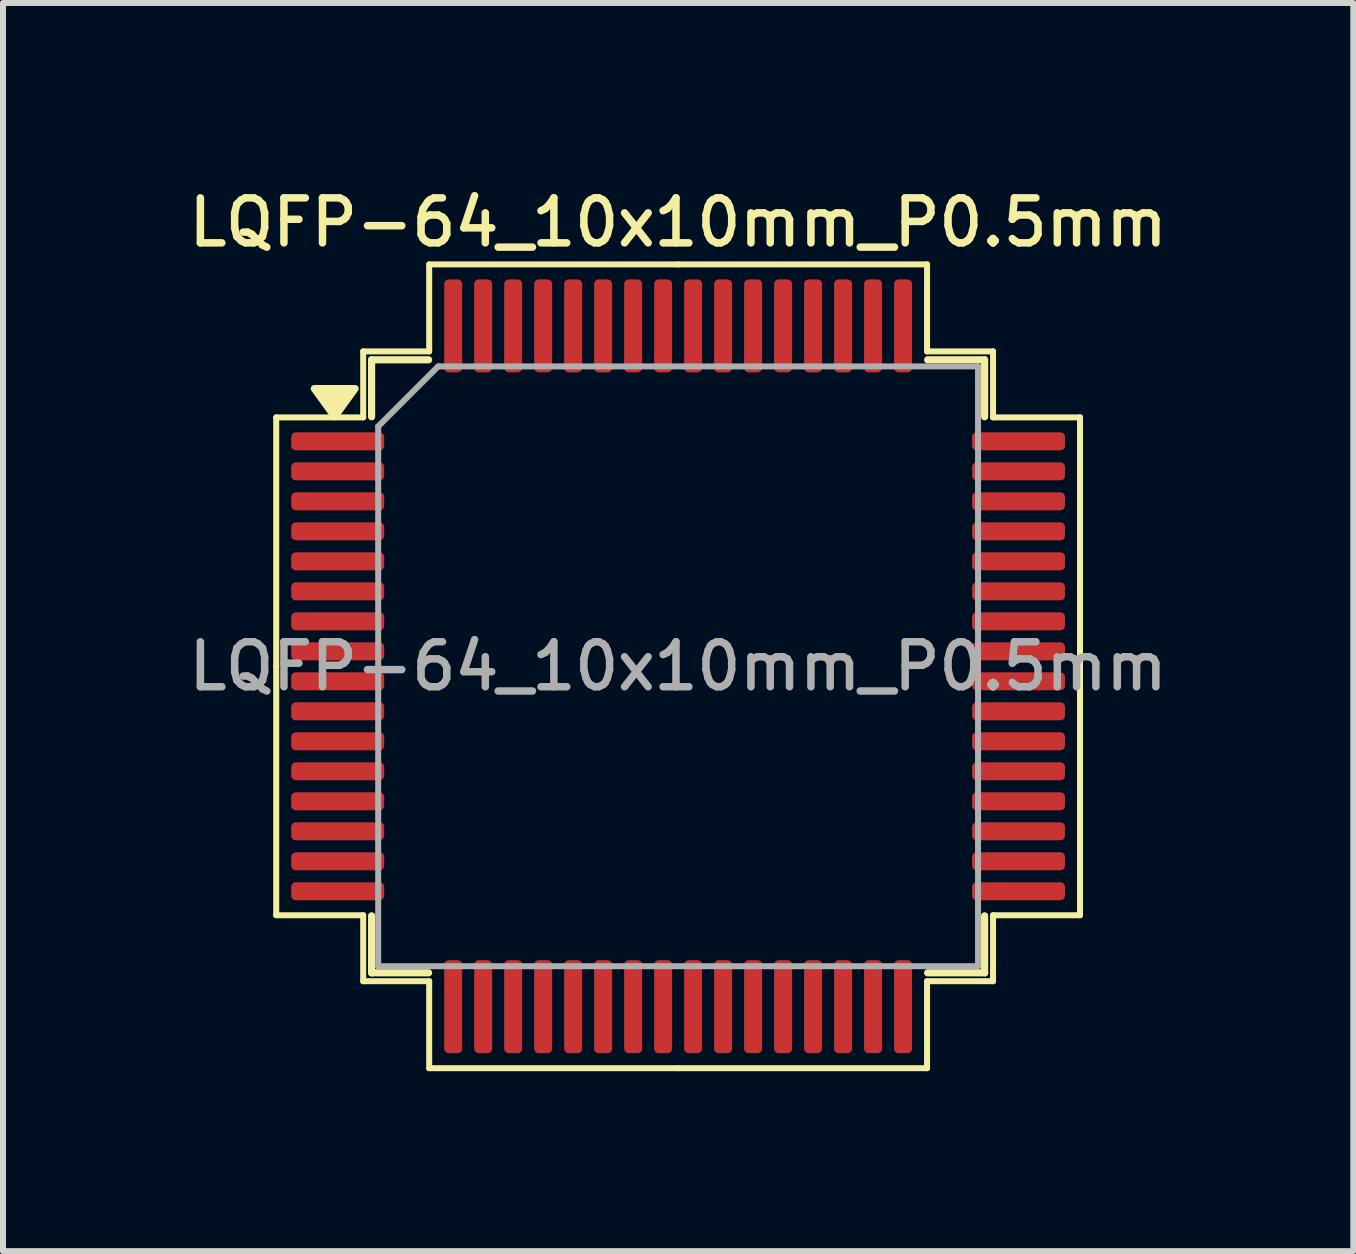
<source format=kicad_pcb>
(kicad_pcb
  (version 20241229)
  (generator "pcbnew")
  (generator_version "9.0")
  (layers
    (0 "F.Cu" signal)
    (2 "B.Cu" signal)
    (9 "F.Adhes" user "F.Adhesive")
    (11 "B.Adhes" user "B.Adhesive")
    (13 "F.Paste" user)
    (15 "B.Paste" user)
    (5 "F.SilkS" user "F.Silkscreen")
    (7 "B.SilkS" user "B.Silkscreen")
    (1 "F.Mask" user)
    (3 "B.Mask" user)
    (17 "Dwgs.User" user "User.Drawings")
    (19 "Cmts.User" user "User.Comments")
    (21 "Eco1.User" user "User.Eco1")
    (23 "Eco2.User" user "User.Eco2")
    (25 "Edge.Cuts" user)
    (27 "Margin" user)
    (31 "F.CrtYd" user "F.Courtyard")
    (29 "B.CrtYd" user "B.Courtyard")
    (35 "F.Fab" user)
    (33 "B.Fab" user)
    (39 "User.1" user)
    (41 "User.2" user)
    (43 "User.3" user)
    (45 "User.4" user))
  (footprint "LQFP-64_10x10mm_P0.5mm"
    (layer "F.Cu")
    (at 8.255 8.058)
    (property "Reference" "LQFP-64_10x10mm_P0.5mm" (at 0 -7.4 0) (layer "F.SilkS") (effects (font (size 0.75 0.75) (thickness 0.125))))
    (attr smd)
    (fp_line (start -6.7 -4.15) (end -6.7 0) (stroke (width 0.1) (type solid)) (layer "F.SilkS"))
    (fp_line (start -6.7 4.15) (end -6.7 0) (stroke (width 0.1) (type solid)) (layer "F.SilkS"))
    (fp_line (start -5.25 -5.25) (end -5.25 -4.15) (stroke (width 0.1) (type solid)) (layer "F.SilkS"))
    (fp_line (start -5.25 -4.15) (end -6.7 -4.15) (stroke (width 0.1) (type solid)) (layer "F.SilkS"))
    (fp_line (start -5.25 4.15) (end -6.7 4.15) (stroke (width 0.1) (type solid)) (layer "F.SilkS"))
    (fp_line (start -5.25 5.25) (end -5.25 4.15) (stroke (width 0.1) (type solid)) (layer "F.SilkS"))
    (fp_line (start -5.11 -5.11) (end -5.11 -4.16) (stroke (width 0.12) (type solid)) (layer "F.SilkS"))
    (fp_line (start -5.11 5.11) (end -5.11 4.16) (stroke (width 0.12) (type solid)) (layer "F.SilkS"))
    (fp_line (start -4.16 -5.11) (end -5.11 -5.11) (stroke (width 0.12) (type solid)) (layer "F.SilkS"))
    (fp_line (start -4.16 5.11) (end -5.11 5.11) (stroke (width 0.12) (type solid)) (layer "F.SilkS"))
    (fp_line (start -4.15 -6.7) (end -4.15 -5.25) (stroke (width 0.1) (type solid)) (layer "F.SilkS"))
    (fp_line (start -4.15 -5.25) (end -5.25 -5.25) (stroke (width 0.1) (type solid)) (layer "F.SilkS"))
    (fp_line (start -4.15 5.25) (end -5.25 5.25) (stroke (width 0.1) (type solid)) (layer "F.SilkS"))
    (fp_line (start -4.15 6.7) (end -4.15 5.25) (stroke (width 0.1) (type solid)) (layer "F.SilkS"))
    (fp_line (start 0 -6.7) (end -4.15 -6.7) (stroke (width 0.1) (type solid)) (layer "F.SilkS"))
    (fp_line (start 0 -6.7) (end 4.15 -6.7) (stroke (width 0.1) (type solid)) (layer "F.SilkS"))
    (fp_line (start 0 6.7) (end -4.15 6.7) (stroke (width 0.1) (type solid)) (layer "F.SilkS"))
    (fp_line (start 0 6.7) (end 4.15 6.7) (stroke (width 0.1) (type solid)) (layer "F.SilkS"))
    (fp_line (start 4.15 -6.7) (end 4.15 -5.25) (stroke (width 0.1) (type solid)) (layer "F.SilkS"))
    (fp_line (start 4.15 -5.25) (end 5.25 -5.25) (stroke (width 0.1) (type solid)) (layer "F.SilkS"))
    (fp_line (start 4.15 5.25) (end 5.25 5.25) (stroke (width 0.1) (type solid)) (layer "F.SilkS"))
    (fp_line (start 4.15 6.7) (end 4.15 5.25) (stroke (width 0.1) (type solid)) (layer "F.SilkS"))
    (fp_line (start 4.16 -5.11) (end 5.11 -5.11) (stroke (width 0.12) (type solid)) (layer "F.SilkS"))
    (fp_line (start 4.16 5.11) (end 5.11 5.11) (stroke (width 0.12) (type solid)) (layer "F.SilkS"))
    (fp_line (start 5.11 -5.11) (end 5.11 -4.16) (stroke (width 0.12) (type solid)) (layer "F.SilkS"))
    (fp_line (start 5.11 5.11) (end 5.11 4.16) (stroke (width 0.12) (type solid)) (layer "F.SilkS"))
    (fp_line (start 5.25 -5.25) (end 5.25 -4.15) (stroke (width 0.1) (type solid)) (layer "F.SilkS"))
    (fp_line (start 5.25 -4.15) (end 6.7 -4.15) (stroke (width 0.1) (type solid)) (layer "F.SilkS"))
    (fp_line (start 5.25 4.15) (end 6.7 4.15) (stroke (width 0.1) (type solid)) (layer "F.SilkS"))
    (fp_line (start 5.25 5.25) (end 5.25 4.15) (stroke (width 0.1) (type solid)) (layer "F.SilkS"))
    (fp_line (start 6.7 -4.15) (end 6.7 0) (stroke (width 0.1) (type solid)) (layer "F.SilkS"))
    (fp_line (start 6.7 4.15) (end 6.7 0) (stroke (width 0.1) (type solid)) (layer "F.SilkS"))
    (fp_poly (pts (xy -5.725 -4.16) (xy -6.065 -4.63) (xy -5.385 -4.63) (xy -5.725 -4.16)) (stroke (width 0.12) (type solid)) (fill yes) (layer "F.SilkS"))
    (fp_line (start -5 -4) (end -4 -5) (stroke (width 0.1) (type solid)) (layer "F.Fab"))
    (fp_line (start -5 5) (end -5 -4) (stroke (width 0.1) (type solid)) (layer "F.Fab"))
    (fp_line (start -4 -5) (end 5 -5) (stroke (width 0.1) (type solid)) (layer "F.Fab"))
    (fp_line (start 5 -5) (end 5 5) (stroke (width 0.1) (type solid)) (layer "F.Fab"))
    (fp_line (start 5 5) (end -5 5) (stroke (width 0.1) (type solid)) (layer "F.Fab"))
    (fp_text user "${REFERENCE}" (at 0 0 0) (layer "F.Fab") (effects (font (size 0.75 0.75) (thickness 0.125))))
    (pad "1" smd roundrect (at -5.675 -3.75) (size 1.55 0.3) (layers "F.Cu" "F.Mask" "F.Paste") (roundrect_rratio 0.25))
    (pad "2" smd roundrect (at -5.675 -3.25) (size 1.55 0.3) (layers "F.Cu" "F.Mask" "F.Paste") (roundrect_rratio 0.25))
    (pad "3" smd roundrect (at -5.675 -2.75) (size 1.55 0.3) (layers "F.Cu" "F.Mask" "F.Paste") (roundrect_rratio 0.25))
    (pad "4" smd roundrect (at -5.675 -2.25) (size 1.55 0.3) (layers "F.Cu" "F.Mask" "F.Paste") (roundrect_rratio 0.25))
    (pad "5" smd roundrect (at -5.675 -1.75) (size 1.55 0.3) (layers "F.Cu" "F.Mask" "F.Paste") (roundrect_rratio 0.25))
    (pad "6" smd roundrect (at -5.675 -1.25) (size 1.55 0.3) (layers "F.Cu" "F.Mask" "F.Paste") (roundrect_rratio 0.25))
    (pad "7" smd roundrect (at -5.675 -0.75) (size 1.55 0.3) (layers "F.Cu" "F.Mask" "F.Paste") (roundrect_rratio 0.25))
    (pad "8" smd roundrect (at -5.675 -0.25) (size 1.55 0.3) (layers "F.Cu" "F.Mask" "F.Paste") (roundrect_rratio 0.25))
    (pad "9" smd roundrect (at -5.675 0.25) (size 1.55 0.3) (layers "F.Cu" "F.Mask" "F.Paste") (roundrect_rratio 0.25))
    (pad "10" smd roundrect (at -5.675 0.75) (size 1.55 0.3) (layers "F.Cu" "F.Mask" "F.Paste") (roundrect_rratio 0.25))
    (pad "11" smd roundrect (at -5.675 1.25) (size 1.55 0.3) (layers "F.Cu" "F.Mask" "F.Paste") (roundrect_rratio 0.25))
    (pad "12" smd roundrect (at -5.675 1.75) (size 1.55 0.3) (layers "F.Cu" "F.Mask" "F.Paste") (roundrect_rratio 0.25))
    (pad "13" smd roundrect (at -5.675 2.25) (size 1.55 0.3) (layers "F.Cu" "F.Mask" "F.Paste") (roundrect_rratio 0.25))
    (pad "14" smd roundrect (at -5.675 2.75) (size 1.55 0.3) (layers "F.Cu" "F.Mask" "F.Paste") (roundrect_rratio 0.25))
    (pad "15" smd roundrect (at -5.675 3.25) (size 1.55 0.3) (layers "F.Cu" "F.Mask" "F.Paste") (roundrect_rratio 0.25))
    (pad "16" smd roundrect (at -5.675 3.75) (size 1.55 0.3) (layers "F.Cu" "F.Mask" "F.Paste") (roundrect_rratio 0.25))
    (pad "17" smd roundrect (at -3.75 5.675) (size 0.3 1.55) (layers "F.Cu" "F.Mask" "F.Paste") (roundrect_rratio 0.25))
    (pad "18" smd roundrect (at -3.25 5.675) (size 0.3 1.55) (layers "F.Cu" "F.Mask" "F.Paste") (roundrect_rratio 0.25))
    (pad "19" smd roundrect (at -2.75 5.675) (size 0.3 1.55) (layers "F.Cu" "F.Mask" "F.Paste") (roundrect_rratio 0.25))
    (pad "20" smd roundrect (at -2.25 5.675) (size 0.3 1.55) (layers "F.Cu" "F.Mask" "F.Paste") (roundrect_rratio 0.25))
    (pad "21" smd roundrect (at -1.75 5.675) (size 0.3 1.55) (layers "F.Cu" "F.Mask" "F.Paste") (roundrect_rratio 0.25))
    (pad "22" smd roundrect (at -1.25 5.675) (size 0.3 1.55) (layers "F.Cu" "F.Mask" "F.Paste") (roundrect_rratio 0.25))
    (pad "23" smd roundrect (at -0.75 5.675) (size 0.3 1.55) (layers "F.Cu" "F.Mask" "F.Paste") (roundrect_rratio 0.25))
    (pad "24" smd roundrect (at -0.25 5.675) (size 0.3 1.55) (layers "F.Cu" "F.Mask" "F.Paste") (roundrect_rratio 0.25))
    (pad "25" smd roundrect (at 0.25 5.675) (size 0.3 1.55) (layers "F.Cu" "F.Mask" "F.Paste") (roundrect_rratio 0.25))
    (pad "26" smd roundrect (at 0.75 5.675) (size 0.3 1.55) (layers "F.Cu" "F.Mask" "F.Paste") (roundrect_rratio 0.25))
    (pad "27" smd roundrect (at 1.25 5.675) (size 0.3 1.55) (layers "F.Cu" "F.Mask" "F.Paste") (roundrect_rratio 0.25))
    (pad "28" smd roundrect (at 1.75 5.675) (size 0.3 1.55) (layers "F.Cu" "F.Mask" "F.Paste") (roundrect_rratio 0.25))
    (pad "29" smd roundrect (at 2.25 5.675) (size 0.3 1.55) (layers "F.Cu" "F.Mask" "F.Paste") (roundrect_rratio 0.25))
    (pad "30" smd roundrect (at 2.75 5.675) (size 0.3 1.55) (layers "F.Cu" "F.Mask" "F.Paste") (roundrect_rratio 0.25))
    (pad "31" smd roundrect (at 3.25 5.675) (size 0.3 1.55) (layers "F.Cu" "F.Mask" "F.Paste") (roundrect_rratio 0.25))
    (pad "32" smd roundrect (at 3.75 5.675) (size 0.3 1.55) (layers "F.Cu" "F.Mask" "F.Paste") (roundrect_rratio 0.25))
    (pad "33" smd roundrect (at 5.675 3.75) (size 1.55 0.3) (layers "F.Cu" "F.Mask" "F.Paste") (roundrect_rratio 0.25))
    (pad "34" smd roundrect (at 5.675 3.25) (size 1.55 0.3) (layers "F.Cu" "F.Mask" "F.Paste") (roundrect_rratio 0.25))
    (pad "35" smd roundrect (at 5.675 2.75) (size 1.55 0.3) (layers "F.Cu" "F.Mask" "F.Paste") (roundrect_rratio 0.25))
    (pad "36" smd roundrect (at 5.675 2.25) (size 1.55 0.3) (layers "F.Cu" "F.Mask" "F.Paste") (roundrect_rratio 0.25))
    (pad "37" smd roundrect (at 5.675 1.75) (size 1.55 0.3) (layers "F.Cu" "F.Mask" "F.Paste") (roundrect_rratio 0.25))
    (pad "38" smd roundrect (at 5.675 1.25) (size 1.55 0.3) (layers "F.Cu" "F.Mask" "F.Paste") (roundrect_rratio 0.25))
    (pad "39" smd roundrect (at 5.675 0.75) (size 1.55 0.3) (layers "F.Cu" "F.Mask" "F.Paste") (roundrect_rratio 0.25))
    (pad "40" smd roundrect (at 5.675 0.25) (size 1.55 0.3) (layers "F.Cu" "F.Mask" "F.Paste") (roundrect_rratio 0.25))
    (pad "41" smd roundrect (at 5.675 -0.25) (size 1.55 0.3) (layers "F.Cu" "F.Mask" "F.Paste") (roundrect_rratio 0.25))
    (pad "42" smd roundrect (at 5.675 -0.75) (size 1.55 0.3) (layers "F.Cu" "F.Mask" "F.Paste") (roundrect_rratio 0.25))
    (pad "43" smd roundrect (at 5.675 -1.25) (size 1.55 0.3) (layers "F.Cu" "F.Mask" "F.Paste") (roundrect_rratio 0.25))
    (pad "44" smd roundrect (at 5.675 -1.75) (size 1.55 0.3) (layers "F.Cu" "F.Mask" "F.Paste") (roundrect_rratio 0.25))
    (pad "45" smd roundrect (at 5.675 -2.25) (size 1.55 0.3) (layers "F.Cu" "F.Mask" "F.Paste") (roundrect_rratio 0.25))
    (pad "46" smd roundrect (at 5.675 -2.75) (size 1.55 0.3) (layers "F.Cu" "F.Mask" "F.Paste") (roundrect_rratio 0.25))
    (pad "47" smd roundrect (at 5.675 -3.25) (size 1.55 0.3) (layers "F.Cu" "F.Mask" "F.Paste") (roundrect_rratio 0.25))
    (pad "48" smd roundrect (at 5.675 -3.75) (size 1.55 0.3) (layers "F.Cu" "F.Mask" "F.Paste") (roundrect_rratio 0.25))
    (pad "49" smd roundrect (at 3.75 -5.675) (size 0.3 1.55) (layers "F.Cu" "F.Mask" "F.Paste") (roundrect_rratio 0.25))
    (pad "50" smd roundrect (at 3.25 -5.675) (size 0.3 1.55) (layers "F.Cu" "F.Mask" "F.Paste") (roundrect_rratio 0.25))
    (pad "51" smd roundrect (at 2.75 -5.675) (size 0.3 1.55) (layers "F.Cu" "F.Mask" "F.Paste") (roundrect_rratio 0.25))
    (pad "52" smd roundrect (at 2.25 -5.675) (size 0.3 1.55) (layers "F.Cu" "F.Mask" "F.Paste") (roundrect_rratio 0.25))
    (pad "53" smd roundrect (at 1.75 -5.675) (size 0.3 1.55) (layers "F.Cu" "F.Mask" "F.Paste") (roundrect_rratio 0.25))
    (pad "54" smd roundrect (at 1.25 -5.675) (size 0.3 1.55) (layers "F.Cu" "F.Mask" "F.Paste") (roundrect_rratio 0.25))
    (pad "55" smd roundrect (at 0.75 -5.675) (size 0.3 1.55) (layers "F.Cu" "F.Mask" "F.Paste") (roundrect_rratio 0.25))
    (pad "56" smd roundrect (at 0.25 -5.675) (size 0.3 1.55) (layers "F.Cu" "F.Mask" "F.Paste") (roundrect_rratio 0.25))
    (pad "57" smd roundrect (at -0.25 -5.675) (size 0.3 1.55) (layers "F.Cu" "F.Mask" "F.Paste") (roundrect_rratio 0.25))
    (pad "58" smd roundrect (at -0.75 -5.675) (size 0.3 1.55) (layers "F.Cu" "F.Mask" "F.Paste") (roundrect_rratio 0.25))
    (pad "59" smd roundrect (at -1.25 -5.675) (size 0.3 1.55) (layers "F.Cu" "F.Mask" "F.Paste") (roundrect_rratio 0.25))
    (pad "60" smd roundrect (at -1.75 -5.675) (size 0.3 1.55) (layers "F.Cu" "F.Mask" "F.Paste") (roundrect_rratio 0.25))
    (pad "61" smd roundrect (at -2.25 -5.675) (size 0.3 1.55) (layers "F.Cu" "F.Mask" "F.Paste") (roundrect_rratio 0.25))
    (pad "62" smd roundrect (at -2.75 -5.675) (size 0.3 1.55) (layers "F.Cu" "F.Mask" "F.Paste") (roundrect_rratio 0.25))
    (pad "63" smd roundrect (at -3.25 -5.675) (size 0.3 1.55) (layers "F.Cu" "F.Mask" "F.Paste") (roundrect_rratio 0.25))
    (pad "64" smd roundrect (at -3.75 -5.675) (size 0.3 1.55) (layers "F.Cu" "F.Mask" "F.Paste") (roundrect_rratio 0.25)))
  (gr_rect
    (start -3 -3)
    (end 19.511 17.808)
    (stroke (width 0.1) (type default))
    (fill no)
    (layer "Edge.Cuts")))
</source>
